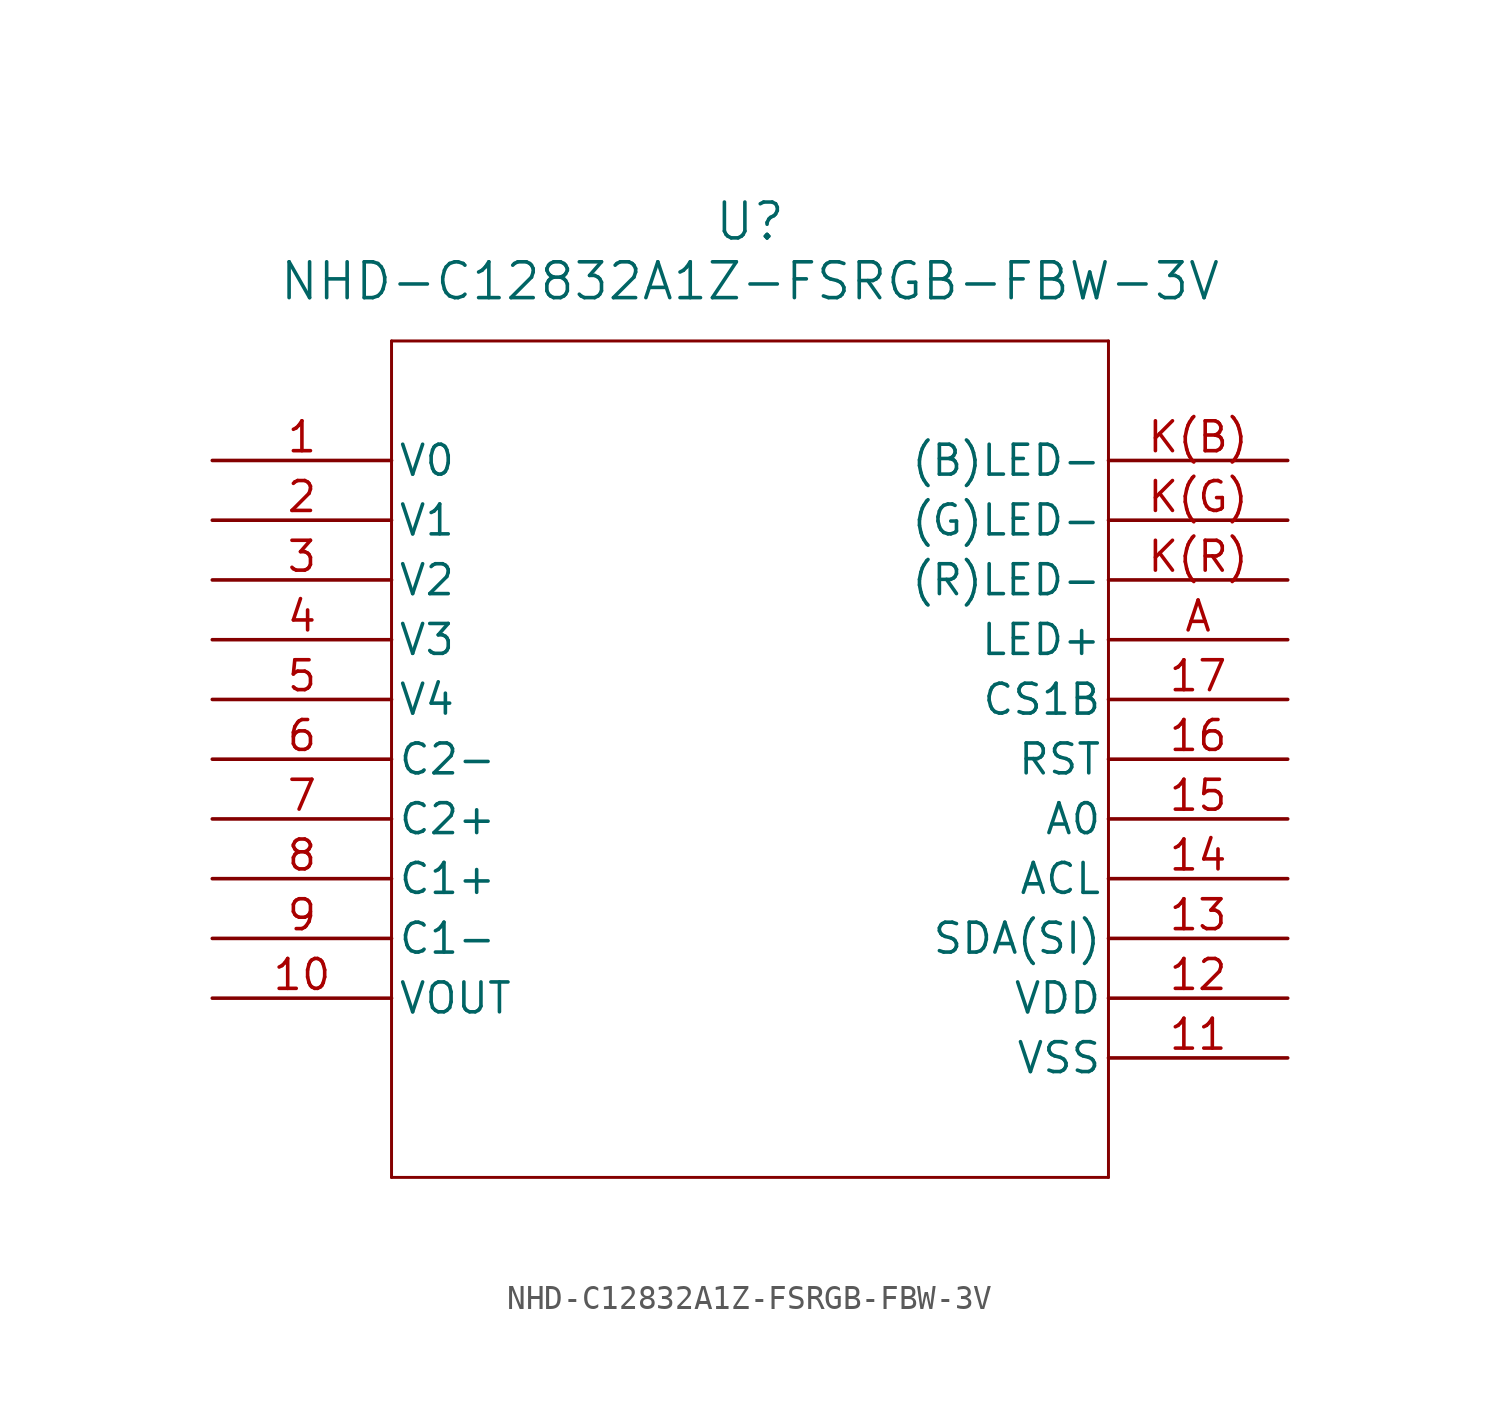
<source format=kicad_sym>
(kicad_symbol_lib
  (version 20211014)
  (generator kicad_symbol_editor)
  (symbol "NHD-C12832A1Z-FSRGB-FBW-3V"
    (pin_names
      (offset 0.254))
    (property "Reference" "U"
      (at 22.86 10.16 0)
      (effects (font (size 1.524 1.524))))
    (property "Value" "NHD-C12832A1Z-FSRGB-FBW-3V"
      (at 22.86 7.62 0)
      (effects (font (size 1.524 1.524))))
    (symbol "NHD-C12832A1Z-FSRGB-FBW-3V_0_1"
      (polyline (pts (xy 7.62 5.08) (xy 7.62 -30.48)) (stroke (width 0.127) (type default) (color 0 0 0 0)) (fill (type none)))
      (polyline (pts (xy 7.62 -30.48) (xy 38.1 -30.48)) (stroke (width 0.127) (type default) (color 0 0 0 0)) (fill (type none)))
      (polyline (pts (xy 38.1 -30.48) (xy 38.1 5.08)) (stroke (width 0.127) (type default) (color 0 0 0 0)) (fill (type none)))
      (polyline (pts (xy 38.1 5.08) (xy 7.62 5.08)) (stroke (width 0.127) (type default) (color 0 0 0 0)) (fill (type none)))
      (pin power_in line (at 0 0 0) (length 7.62) (name "V0" (effects (font (size 1.27 1.27)))) (number "1" (effects (font (size 1.27 1.27)))))
      (pin power_in line (at 0 -2.54 0) (length 7.62) (name "V1" (effects (font (size 1.27 1.27)))) (number "2" (effects (font (size 1.27 1.27)))))
      (pin power_in line (at 0 -5.08 0) (length 7.62) (name "V2" (effects (font (size 1.27 1.27)))) (number "3" (effects (font (size 1.27 1.27)))))
      (pin power_in line (at 0 -7.62 0) (length 7.62) (name "V3" (effects (font (size 1.27 1.27)))) (number "4" (effects (font (size 1.27 1.27)))))
      (pin power_in line (at 0 -10.16 0) (length 7.62) (name "V4" (effects (font (size 1.27 1.27)))) (number "5" (effects (font (size 1.27 1.27)))))
      (pin power_in line (at 0 -12.7 0) (length 7.62) (name "C2-" (effects (font (size 1.27 1.27)))) (number "6" (effects (font (size 1.27 1.27)))))
      (pin power_in line (at 0 -15.24 0) (length 7.62) (name "C2+" (effects (font (size 1.27 1.27)))) (number "7" (effects (font (size 1.27 1.27)))))
      (pin power_in line (at 0 -17.78 0) (length 7.62) (name "C1+" (effects (font (size 1.27 1.27)))) (number "8" (effects (font (size 1.27 1.27)))))
      (pin power_in line (at 0 -20.32 0) (length 7.62) (name "C1-" (effects (font (size 1.27 1.27)))) (number "9" (effects (font (size 1.27 1.27)))))
      (pin power_in line (at 0 -22.86 0) (length 7.62) (name "VOUT" (effects (font (size 1.27 1.27)))) (number "10" (effects (font (size 1.27 1.27)))))
      (pin power_out line (at 45.72 -25.4 180) (length 7.62) (name "VSS" (effects (font (size 1.27 1.27)))) (number "11" (effects (font (size 1.27 1.27)))))
      (pin power_in line (at 45.72 -22.86 180) (length 7.62) (name "VDD" (effects (font (size 1.27 1.27)))) (number "12" (effects (font (size 1.27 1.27)))))
      (pin unspecified line (at 45.72 -20.32 180) (length 7.62) (name "SDA(SI)" (effects (font (size 1.27 1.27)))) (number "13" (effects (font (size 1.27 1.27)))))
      (pin unspecified line (at 45.72 -17.78 180) (length 7.62) (name "ACL" (effects (font (size 1.27 1.27)))) (number "14" (effects (font (size 1.27 1.27)))))
      (pin unspecified line (at 45.72 -15.24 180) (length 7.62) (name "A0" (effects (font (size 1.27 1.27)))) (number "15" (effects (font (size 1.27 1.27)))))
      (pin unspecified line (at 45.72 -12.7 180) (length 7.62) (name "RST" (effects (font (size 1.27 1.27)))) (number "16" (effects (font (size 1.27 1.27)))))
      (pin unspecified line (at 45.72 -10.16 180) (length 7.62) (name "CS1B" (effects (font (size 1.27 1.27)))) (number "17" (effects (font (size 1.27 1.27)))))
      (pin power_in line (at 45.72 -7.62 180) (length 7.62) (name "LED+" (effects (font (size 1.27 1.27)))) (number "A" (effects (font (size 1.27 1.27)))))
      (pin power_out line (at 45.72 -5.08 180) (length 7.62) (name "(R)LED-" (effects (font (size 1.27 1.27)))) (number "K(R)" (effects (font (size 1.27 1.27)))))
      (pin power_out line (at 45.72 -2.54 180) (length 7.62) (name "(G)LED-" (effects (font (size 1.27 1.27)))) (number "K(G)" (effects (font (size 1.27 1.27)))))
      (pin power_out line (at 45.72 0 180) (length 7.62) (name "(B)LED-" (effects (font (size 1.27 1.27)))) (number "K(B)" (effects (font (size 1.27 1.27))))))))
</source>
